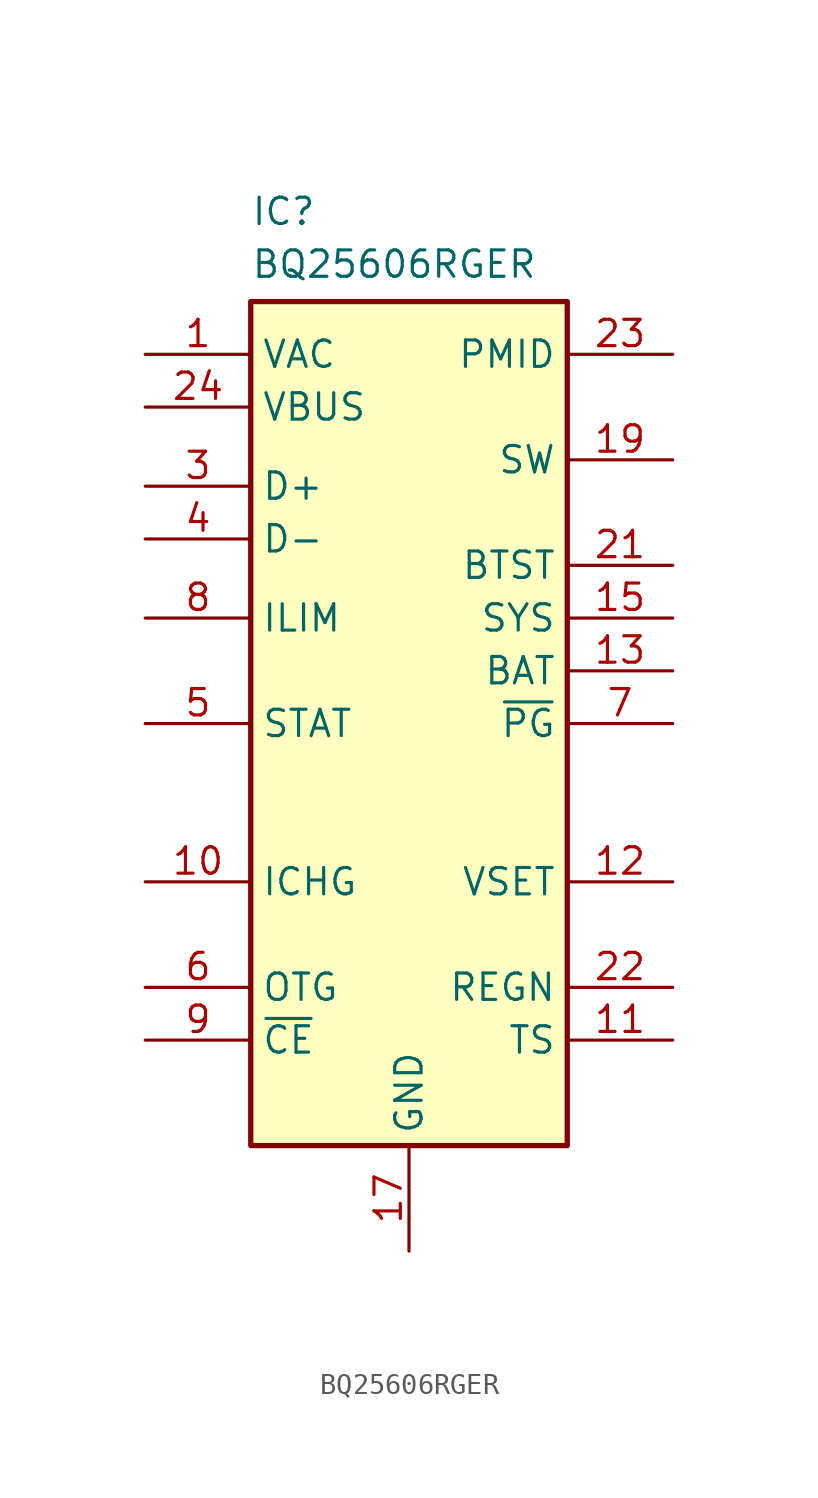
<source format=kicad_sym>
(kicad_symbol_lib
  (version 20220914)
  (generator kicad_symbol_editor)
  (symbol "BQ25606RGER"
    (property "Reference" "IC"
      (at -7.62 24.13 0)
      (effects (font (size 1.27 1.27)) (justify left top)))
    (property "Value" "BQ25606RGER"
      (at -7.62 21.59 0)
      (effects (font (size 1.27 1.27)) (justify left top)))
    (symbol "BQ25606RGER_0_1"
      (rectangle (start -7.62 19.05) (end 7.62 -21.59) (stroke (width 0.254) (type default)) (fill (type background))))
    (symbol "BQ25606RGER_1_1"
      (pin passive line (at -12.7 16.51 0) (length 5.08) (name "VAC" (effects (font (size 1.27 1.27)))) (number "1" (effects (font (size 1.27 1.27)))))
      (pin passive line (at -12.7 -8.89 0) (length 5.08) (name "ICHG" (effects (font (size 1.27 1.27)))) (number "10" (effects (font (size 1.27 1.27)))))
      (pin passive line (at 12.7 -16.51 180) (length 5.08) (name "TS" (effects (font (size 1.27 1.27)))) (number "11" (effects (font (size 1.27 1.27)))))
      (pin passive line (at 12.7 -8.89 180) (length 5.08) (name "VSET" (effects (font (size 1.27 1.27)))) (number "12" (effects (font (size 1.27 1.27)))))
      (pin passive line (at 12.7 1.27 180) (length 5.08) (name "BAT" (effects (font (size 1.27 1.27)))) (number "13" (effects (font (size 1.27 1.27)))))
      (pin passive line (at 12.7 1.27 180) (length 5.08) hide (name "BAT" (effects (font (size 1.27 1.27)))) (number "14" (effects (font (size 1.27 1.27)))))
      (pin passive line (at 12.7 3.81 180) (length 5.08) (name "SYS" (effects (font (size 1.27 1.27)))) (number "15" (effects (font (size 1.27 1.27)))))
      (pin passive line (at 12.7 3.81 180) (length 5.08) hide (name "SYS" (effects (font (size 1.27 1.27)))) (number "16" (effects (font (size 1.27 1.27)))))
      (pin passive line (at 0 -26.67 90) (length 5.08) (name "GND" (effects (font (size 1.27 1.27)))) (number "17" (effects (font (size 1.27 1.27)))))
      (pin passive line (at 0 -26.67 90) (length 5.08) hide (name "GND" (effects (font (size 1.27 1.27)))) (number "18" (effects (font (size 1.27 1.27)))))
      (pin passive line (at 12.7 11.43 180) (length 5.08) (name "SW" (effects (font (size 1.27 1.27)))) (number "19" (effects (font (size 1.27 1.27)))))
      (pin no_connect line (at -6.35 -26.67 90) (length 5.08) hide (name "NC" (effects (font (size 1.27 1.27)))) (number "2" (effects (font (size 1.27 1.27)))))
      (pin passive line (at 12.7 11.43 180) (length 5.08) hide (name "SW" (effects (font (size 1.27 1.27)))) (number "20" (effects (font (size 1.27 1.27)))))
      (pin passive line (at 12.7 6.35 180) (length 5.08) (name "BTST" (effects (font (size 1.27 1.27)))) (number "21" (effects (font (size 1.27 1.27)))))
      (pin passive line (at 12.7 -13.97 180) (length 5.08) (name "REGN" (effects (font (size 1.27 1.27)))) (number "22" (effects (font (size 1.27 1.27)))))
      (pin passive line (at 12.7 16.51 180) (length 5.08) (name "PMID" (effects (font (size 1.27 1.27)))) (number "23" (effects (font (size 1.27 1.27)))))
      (pin passive line (at -12.7 13.97 0) (length 5.08) (name "VBUS" (effects (font (size 1.27 1.27)))) (number "24" (effects (font (size 1.27 1.27)))))
      (pin passive line (at 0 -26.67 90) (length 5.08) hide (name "GND" (effects (font (size 1.27 1.27)))) (number "25" (effects (font (size 1.27 1.27)))))
      (pin passive line (at -12.7 10.16 0) (length 5.08) (name "D+" (effects (font (size 1.27 1.27)))) (number "3" (effects (font (size 1.27 1.27)))))
      (pin passive line (at -12.7 7.62 0) (length 5.08) (name "D-" (effects (font (size 1.27 1.27)))) (number "4" (effects (font (size 1.27 1.27)))))
      (pin passive line (at -12.7 -1.27 0) (length 5.08) (name "STAT" (effects (font (size 1.27 1.27)))) (number "5" (effects (font (size 1.27 1.27)))))
      (pin passive line (at -12.7 -13.97 0) (length 5.08) (name "OTG" (effects (font (size 1.27 1.27)))) (number "6" (effects (font (size 1.27 1.27)))))
      (pin passive line (at 12.7 -1.27 180) (length 5.08) (name "~{PG}" (effects (font (size 1.27 1.27)))) (number "7" (effects (font (size 1.27 1.27)))))
      (pin passive line (at -12.7 3.81 0) (length 5.08) (name "ILIM" (effects (font (size 1.27 1.27)))) (number "8" (effects (font (size 1.27 1.27)))))
      (pin passive line (at -12.7 -16.51 0) (length 5.08) (name "~{CE}" (effects (font (size 1.27 1.27)))) (number "9" (effects (font (size 1.27 1.27))))))))
</source>
